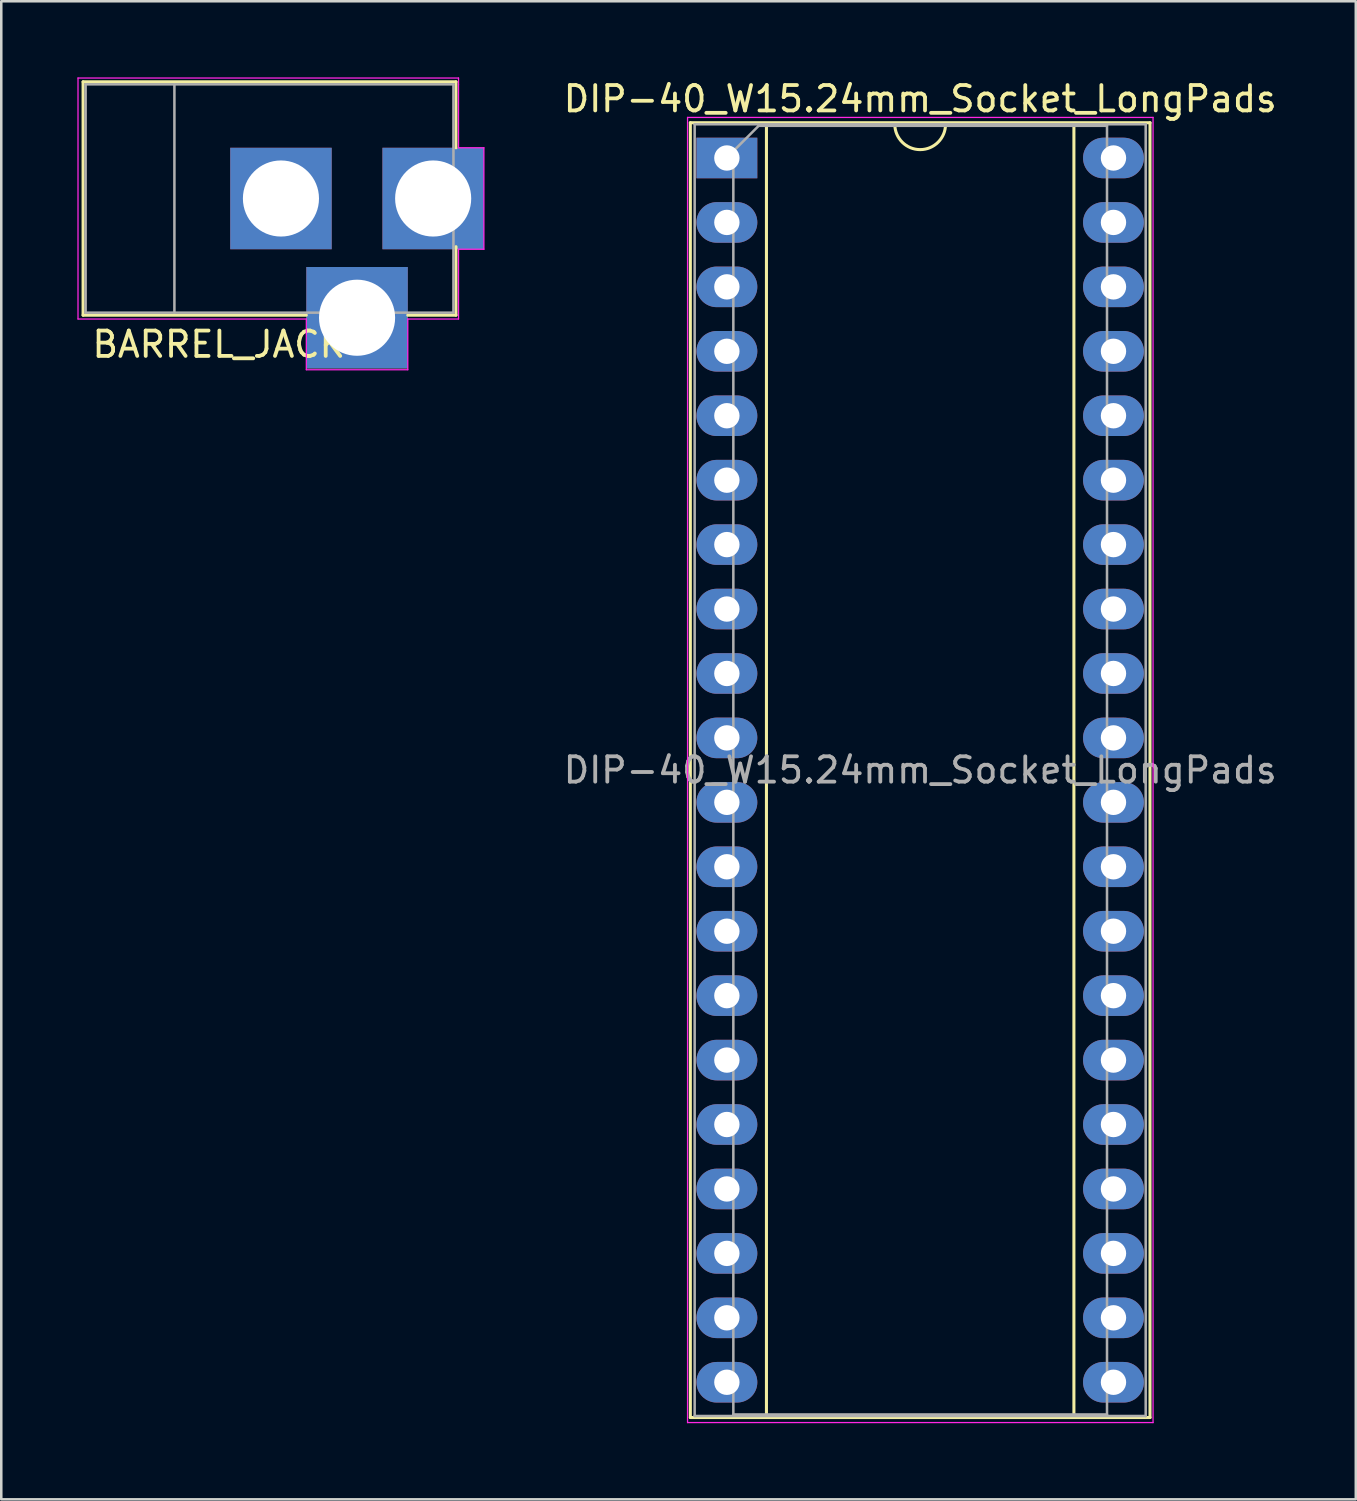
<source format=kicad_pcb>
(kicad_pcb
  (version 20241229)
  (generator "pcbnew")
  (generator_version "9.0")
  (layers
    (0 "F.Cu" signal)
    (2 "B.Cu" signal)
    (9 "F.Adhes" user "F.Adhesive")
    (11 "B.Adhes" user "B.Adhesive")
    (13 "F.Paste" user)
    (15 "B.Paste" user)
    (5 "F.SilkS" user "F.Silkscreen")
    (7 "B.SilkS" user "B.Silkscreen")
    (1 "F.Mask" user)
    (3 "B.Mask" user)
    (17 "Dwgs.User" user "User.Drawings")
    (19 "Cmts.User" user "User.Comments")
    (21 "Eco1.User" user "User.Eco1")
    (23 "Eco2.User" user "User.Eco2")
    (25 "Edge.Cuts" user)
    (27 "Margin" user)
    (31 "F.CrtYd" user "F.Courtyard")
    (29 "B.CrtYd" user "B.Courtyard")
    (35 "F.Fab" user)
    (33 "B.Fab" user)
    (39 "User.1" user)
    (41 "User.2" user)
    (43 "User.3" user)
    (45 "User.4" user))
  (footprint "BARREL_JACK"
    (layer "F.Cu")
    (at 14.025 4.775)
    (property "Reference" "BARREL_JACK" (at -8.45 5.75 180) (layer "F.SilkS") (effects (font (size 1 1) (thickness 0.15))))
    (attr through_hole)
    (fp_line (start -13.8 -4.6) (end 0.9 -4.6) (stroke (width 0.12) (type solid)) (layer "F.SilkS"))
    (fp_line (start -13.8 4.6) (end -13.8 -4.6) (stroke (width 0.12) (type solid)) (layer "F.SilkS"))
    (fp_line (start -5 4.6) (end -13.8 4.6) (stroke (width 0.12) (type solid)) (layer "F.SilkS"))
    (fp_line (start 0.9 -4.6) (end 0.9 -2) (stroke (width 0.12) (type solid)) (layer "F.SilkS"))
    (fp_line (start 0.9 1.9) (end 0.9 4.6) (stroke (width 0.12) (type solid)) (layer "F.SilkS"))
    (fp_line (start 0.9 4.6) (end -1 4.6) (stroke (width 0.12) (type solid)) (layer "F.SilkS"))
    (fp_line (start -14 4.75) (end -14 -4.75) (stroke (width 0.05) (type solid)) (layer "F.CrtYd"))
    (fp_line (start -5 4.75) (end -14 4.75) (stroke (width 0.05) (type solid)) (layer "F.CrtYd"))
    (fp_line (start -5 6.75) (end -5 4.75) (stroke (width 0.05) (type solid)) (layer "F.CrtYd"))
    (fp_line (start -1 4.75) (end -1 6.75) (stroke (width 0.05) (type solid)) (layer "F.CrtYd"))
    (fp_line (start -1 6.75) (end -5 6.75) (stroke (width 0.05) (type solid)) (layer "F.CrtYd"))
    (fp_line (start 1 -4.75) (end -14 -4.75) (stroke (width 0.05) (type solid)) (layer "F.CrtYd"))
    (fp_line (start 1 -4.5) (end 1 -4.75) (stroke (width 0.05) (type solid)) (layer "F.CrtYd"))
    (fp_line (start 1 -4.5) (end 1 -2) (stroke (width 0.05) (type solid)) (layer "F.CrtYd"))
    (fp_line (start 1 -2) (end 2 -2) (stroke (width 0.05) (type solid)) (layer "F.CrtYd"))
    (fp_line (start 1 2) (end 1 4.75) (stroke (width 0.05) (type solid)) (layer "F.CrtYd"))
    (fp_line (start 1 4.75) (end -1 4.75) (stroke (width 0.05) (type solid)) (layer "F.CrtYd"))
    (fp_line (start 2 -2) (end 2 2) (stroke (width 0.05) (type solid)) (layer "F.CrtYd"))
    (fp_line (start 2 2) (end 1 2) (stroke (width 0.05) (type solid)) (layer "F.CrtYd"))
    (fp_line (start -13.7 -4.5) (end -13.7 4.5) (stroke (width 0.1) (type solid)) (layer "F.Fab"))
    (fp_line (start -13.7 4.5) (end 0.8 4.5) (stroke (width 0.1) (type solid)) (layer "F.Fab"))
    (fp_line (start -10.2 -4.5) (end -10.2 4.5) (stroke (width 0.1) (type solid)) (layer "F.Fab"))
    (fp_line (start 0.8 -4.5) (end -13.7 -4.5) (stroke (width 0.1) (type solid)) (layer "F.Fab"))
    (fp_line (start 0.8 4.5) (end 0.8 -4.5) (stroke (width 0.1) (type solid)) (layer "F.Fab"))
    (pad "1" thru_hole rect (at 0 0) (size 4 4) (drill 3) (layers "*.Cu" "*.Mask"))
    (pad "2" thru_hole rect (at -6 0) (size 4 4) (drill 3) (layers "*.Cu" "*.Mask"))
    (pad "3" thru_hole rect (at -3 4.7) (size 4 4) (drill 3) (layers "*.Cu" "*.Mask")))
  (footprint "DIP-40_W15.24mm_Socket_LongPads"
    (layer "F.Cu")
    (at 25.603 3.178)
    (property "Reference" "DIP-40_W15.24mm_Socket_LongPads" (at 7.62 -2.33 0) (layer "F.SilkS") (effects (font (size 1 1) (thickness 0.15))))
    (attr through_hole)
    (fp_line (start -1.44 -1.39) (end -1.44 49.65) (stroke (width 0.12) (type solid)) (layer "F.SilkS"))
    (fp_line (start -1.44 49.65) (end 16.68 49.65) (stroke (width 0.12) (type solid)) (layer "F.SilkS"))
    (fp_line (start 1.56 -1.33) (end 1.56 49.59) (stroke (width 0.12) (type solid)) (layer "F.SilkS"))
    (fp_line (start 1.56 49.59) (end 13.68 49.59) (stroke (width 0.12) (type solid)) (layer "F.SilkS"))
    (fp_line (start 6.62 -1.33) (end 1.56 -1.33) (stroke (width 0.12) (type solid)) (layer "F.SilkS"))
    (fp_line (start 13.68 -1.33) (end 8.62 -1.33) (stroke (width 0.12) (type solid)) (layer "F.SilkS"))
    (fp_line (start 13.68 49.59) (end 13.68 -1.33) (stroke (width 0.12) (type solid)) (layer "F.SilkS"))
    (fp_line (start 16.68 -1.39) (end -1.44 -1.39) (stroke (width 0.12) (type solid)) (layer "F.SilkS"))
    (fp_line (start 16.68 49.65) (end 16.68 -1.39) (stroke (width 0.12) (type solid)) (layer "F.SilkS"))
    (fp_arc (start 8.62 -1.33) (mid 7.62 -0.33) (end 6.62 -1.33) (stroke (width 0.12) (type solid)) (layer "F.SilkS"))
    (fp_line (start -1.55 -1.6) (end -1.55 49.85) (stroke (width 0.05) (type solid)) (layer "F.CrtYd"))
    (fp_line (start -1.55 49.85) (end 16.8 49.85) (stroke (width 0.05) (type solid)) (layer "F.CrtYd"))
    (fp_line (start 16.8 -1.6) (end -1.55 -1.6) (stroke (width 0.05) (type solid)) (layer "F.CrtYd"))
    (fp_line (start 16.8 49.85) (end 16.8 -1.6) (stroke (width 0.05) (type solid)) (layer "F.CrtYd"))
    (fp_line (start -1.27 -1.33) (end -1.27 49.59) (stroke (width 0.1) (type solid)) (layer "F.Fab"))
    (fp_line (start -1.27 49.59) (end 16.51 49.59) (stroke (width 0.1) (type solid)) (layer "F.Fab"))
    (fp_line (start 0.255 -0.27) (end 1.255 -1.27) (stroke (width 0.1) (type solid)) (layer "F.Fab"))
    (fp_line (start 0.255 49.53) (end 0.255 -0.27) (stroke (width 0.1) (type solid)) (layer "F.Fab"))
    (fp_line (start 1.255 -1.27) (end 14.985 -1.27) (stroke (width 0.1) (type solid)) (layer "F.Fab"))
    (fp_line (start 14.985 -1.27) (end 14.985 49.53) (stroke (width 0.1) (type solid)) (layer "F.Fab"))
    (fp_line (start 14.985 49.53) (end 0.255 49.53) (stroke (width 0.1) (type solid)) (layer "F.Fab"))
    (fp_line (start 16.51 -1.33) (end -1.27 -1.33) (stroke (width 0.1) (type solid)) (layer "F.Fab"))
    (fp_line (start 16.51 49.59) (end 16.51 -1.33) (stroke (width 0.1) (type solid)) (layer "F.Fab"))
    (fp_text user "${REFERENCE}" (at 7.62 24.13 0) (layer "F.Fab") (effects (font (size 1 1) (thickness 0.15))))
    (pad "1" thru_hole rect (at 0 0) (size 2.4 1.6) (drill 1) (layers "*.Cu" "*.Mask"))
    (pad "2" thru_hole oval (at 0 2.54) (size 2.4 1.6) (drill 1) (layers "*.Cu" "*.Mask"))
    (pad "3" thru_hole oval (at 0 5.08) (size 2.4 1.6) (drill 1) (layers "*.Cu" "*.Mask"))
    (pad "4" thru_hole oval (at 0 7.62) (size 2.4 1.6) (drill 1) (layers "*.Cu" "*.Mask"))
    (pad "5" thru_hole oval (at 0 10.16) (size 2.4 1.6) (drill 1) (layers "*.Cu" "*.Mask"))
    (pad "6" thru_hole oval (at 0 12.7) (size 2.4 1.6) (drill 1) (layers "*.Cu" "*.Mask"))
    (pad "7" thru_hole oval (at 0 15.24) (size 2.4 1.6) (drill 1) (layers "*.Cu" "*.Mask"))
    (pad "8" thru_hole oval (at 0 17.78) (size 2.4 1.6) (drill 1) (layers "*.Cu" "*.Mask"))
    (pad "9" thru_hole oval (at 0 20.32) (size 2.4 1.6) (drill 1) (layers "*.Cu" "*.Mask"))
    (pad "10" thru_hole oval (at 0 22.86) (size 2.4 1.6) (drill 1) (layers "*.Cu" "*.Mask"))
    (pad "11" thru_hole oval (at 0 25.4) (size 2.4 1.6) (drill 1) (layers "*.Cu" "*.Mask"))
    (pad "12" thru_hole oval (at 0 27.94) (size 2.4 1.6) (drill 1) (layers "*.Cu" "*.Mask"))
    (pad "13" thru_hole oval (at 0 30.48) (size 2.4 1.6) (drill 1) (layers "*.Cu" "*.Mask"))
    (pad "14" thru_hole oval (at 0 33.02) (size 2.4 1.6) (drill 1) (layers "*.Cu" "*.Mask"))
    (pad "15" thru_hole oval (at 0 35.56) (size 2.4 1.6) (drill 1) (layers "*.Cu" "*.Mask"))
    (pad "16" thru_hole oval (at 0 38.1) (size 2.4 1.6) (drill 1) (layers "*.Cu" "*.Mask"))
    (pad "17" thru_hole oval (at 0 40.64) (size 2.4 1.6) (drill 1) (layers "*.Cu" "*.Mask"))
    (pad "18" thru_hole oval (at 0 43.18) (size 2.4 1.6) (drill 1) (layers "*.Cu" "*.Mask"))
    (pad "19" thru_hole oval (at 0 45.72) (size 2.4 1.6) (drill 1) (layers "*.Cu" "*.Mask"))
    (pad "20" thru_hole oval (at 0 48.26) (size 2.4 1.6) (drill 1) (layers "*.Cu" "*.Mask"))
    (pad "21" thru_hole oval (at 15.24 48.26) (size 2.4 1.6) (drill 1) (layers "*.Cu" "*.Mask"))
    (pad "22" thru_hole oval (at 15.24 45.72) (size 2.4 1.6) (drill 1) (layers "*.Cu" "*.Mask"))
    (pad "23" thru_hole oval (at 15.24 43.18) (size 2.4 1.6) (drill 1) (layers "*.Cu" "*.Mask"))
    (pad "24" thru_hole oval (at 15.24 40.64) (size 2.4 1.6) (drill 1) (layers "*.Cu" "*.Mask"))
    (pad "25" thru_hole oval (at 15.24 38.1) (size 2.4 1.6) (drill 1) (layers "*.Cu" "*.Mask"))
    (pad "26" thru_hole oval (at 15.24 35.56) (size 2.4 1.6) (drill 1) (layers "*.Cu" "*.Mask"))
    (pad "27" thru_hole oval (at 15.24 33.02) (size 2.4 1.6) (drill 1) (layers "*.Cu" "*.Mask"))
    (pad "28" thru_hole oval (at 15.24 30.48) (size 2.4 1.6) (drill 1) (layers "*.Cu" "*.Mask"))
    (pad "29" thru_hole oval (at 15.24 27.94) (size 2.4 1.6) (drill 1) (layers "*.Cu" "*.Mask"))
    (pad "30" thru_hole oval (at 15.24 25.4) (size 2.4 1.6) (drill 1) (layers "*.Cu" "*.Mask"))
    (pad "31" thru_hole oval (at 15.24 22.86) (size 2.4 1.6) (drill 1) (layers "*.Cu" "*.Mask"))
    (pad "32" thru_hole oval (at 15.24 20.32) (size 2.4 1.6) (drill 1) (layers "*.Cu" "*.Mask"))
    (pad "33" thru_hole oval (at 15.24 17.78) (size 2.4 1.6) (drill 1) (layers "*.Cu" "*.Mask"))
    (pad "34" thru_hole oval (at 15.24 15.24) (size 2.4 1.6) (drill 1) (layers "*.Cu" "*.Mask"))
    (pad "35" thru_hole oval (at 15.24 12.7) (size 2.4 1.6) (drill 1) (layers "*.Cu" "*.Mask"))
    (pad "36" thru_hole oval (at 15.24 10.16) (size 2.4 1.6) (drill 1) (layers "*.Cu" "*.Mask"))
    (pad "37" thru_hole oval (at 15.24 7.62) (size 2.4 1.6) (drill 1) (layers "*.Cu" "*.Mask"))
    (pad "38" thru_hole oval (at 15.24 5.08) (size 2.4 1.6) (drill 1) (layers "*.Cu" "*.Mask"))
    (pad "39" thru_hole oval (at 15.24 2.54) (size 2.4 1.6) (drill 1) (layers "*.Cu" "*.Mask"))
    (pad "40" thru_hole oval (at 15.24 0) (size 2.4 1.6) (drill 1) (layers "*.Cu" "*.Mask")))
  (gr_rect
    (start -3 -3)
    (end 50.395 56.053)
    (stroke (width 0.1) (type default))
    (fill no)
    (layer "Edge.Cuts")))
</source>
